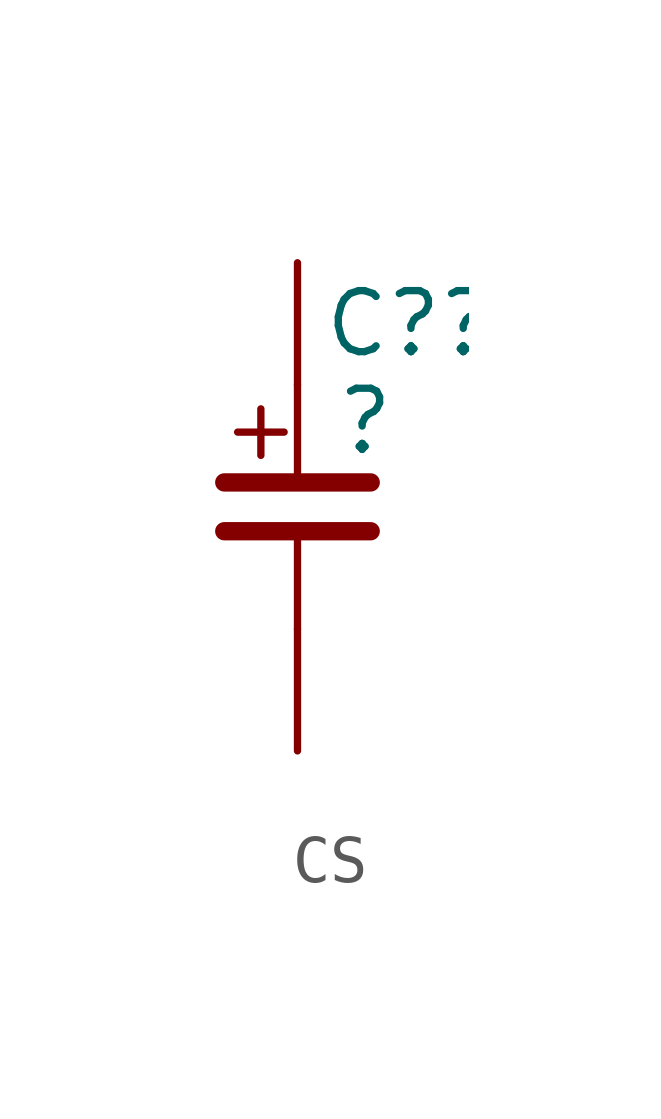
<source format=kicad_sym>
(kicad_symbol_lib
  (version 20241209)
  (generator "kicad_symbol_editor")
  (generator_version "9.0")
  (symbol "CS"
    (pin_numbers
      (hide yes))
    (pin_names
      (offset 1.016)
      (hide yes))
    (property "Reference" "C?"
      (at 0.508 3.81 0)
      (effects (font (size 1.27 1.27)) (justify left)))
    (property "Value" "?"
      (at 0.762 1.778 0)
      (effects (font (size 1.27 1.27)) (justify left)))
    (symbol "CS_0_0"
      (text "+" (at -0.762 1.651 0) (effects (font (size 1.27 1.27)))))
    (symbol "CS_0_1"
      (polyline (pts (xy -1.524 0.508) (xy 1.524 0.508)) (stroke (width 0.381) (type solid)) (fill (type none)))
      (polyline (pts (xy -1.524 -0.508) (xy 1.524 -0.508)) (stroke (width 0.381) (type solid)) (fill (type none)))
      (polyline (pts (xy 0 2.54) (xy 0 0.508)) (stroke (width 0) (type solid)) (fill (type none)))
      (polyline (pts (xy 0 -2.54) (xy 0 -0.508)) (stroke (width 0) (type solid)) (fill (type none))))
    (symbol "CS_1_0"
      (pin passive line (at 0 5.08 270) (length 2.54) (name "1" (effects (font (size 1.27 1.27)))) (number "1" (effects (font (size 1.27 1.27)))))
      (pin passive line (at 0 -5.08 90) (length 2.54) (name "2" (effects (font (size 1.27 1.27)))) (number "2" (effects (font (size 1.27 1.27))))))))
</source>
